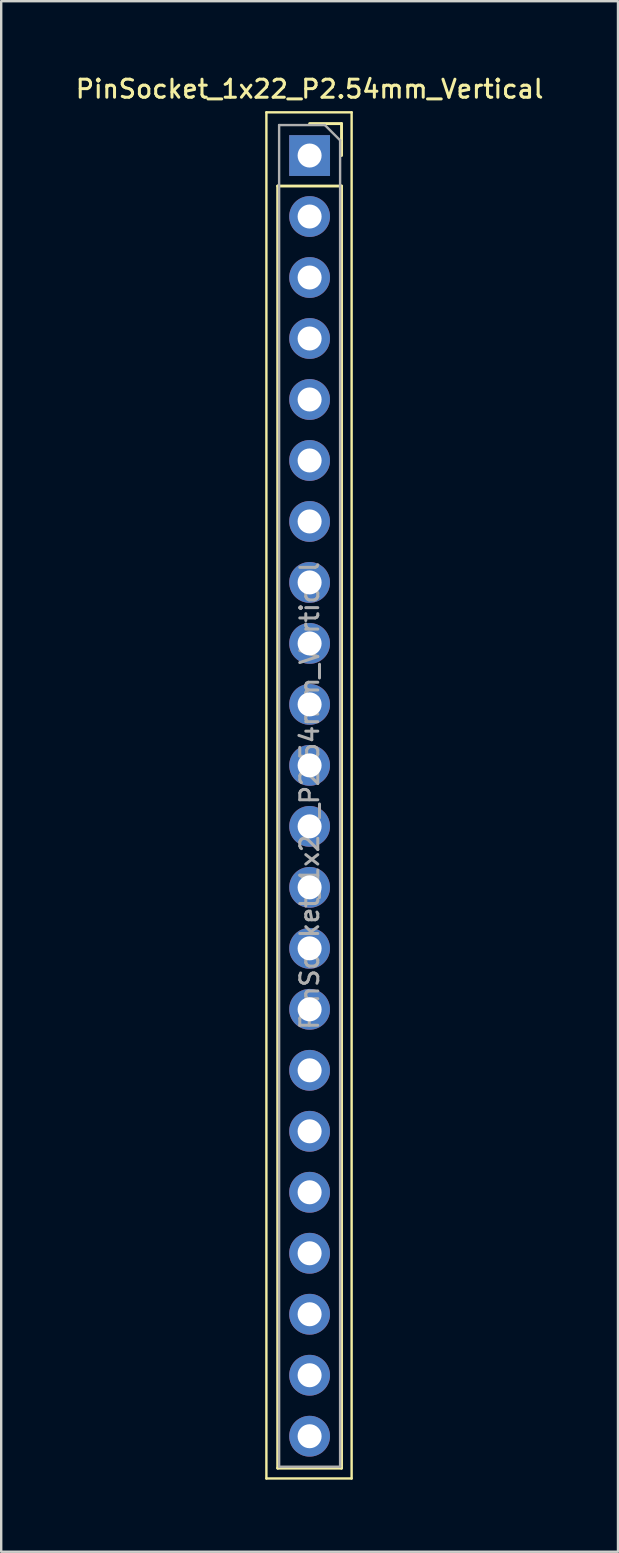
<source format=kicad_pcb>
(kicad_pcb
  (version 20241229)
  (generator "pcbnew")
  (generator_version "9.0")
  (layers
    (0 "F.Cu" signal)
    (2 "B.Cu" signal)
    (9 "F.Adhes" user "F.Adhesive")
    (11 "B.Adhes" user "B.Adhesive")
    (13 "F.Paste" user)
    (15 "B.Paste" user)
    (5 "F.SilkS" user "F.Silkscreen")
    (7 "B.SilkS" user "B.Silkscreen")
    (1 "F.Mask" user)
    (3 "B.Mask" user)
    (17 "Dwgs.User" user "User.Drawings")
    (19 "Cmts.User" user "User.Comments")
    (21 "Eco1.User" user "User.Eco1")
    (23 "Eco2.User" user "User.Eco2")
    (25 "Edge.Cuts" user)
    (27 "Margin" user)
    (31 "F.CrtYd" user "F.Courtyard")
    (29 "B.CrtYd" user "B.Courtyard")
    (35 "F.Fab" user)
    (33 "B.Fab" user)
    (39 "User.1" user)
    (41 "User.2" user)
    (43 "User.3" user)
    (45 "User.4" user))
  (footprint "PinSocket_1x22_P2.54mm_Vertical"
    (layer "F.Cu")
    (at 9.845 3.428)
    (property "Reference" "PinSocket_1x22_P2.54mm_Vertical" (at 0 -2.77 0) (layer "F.SilkS") (effects (font (size 0.75 0.75) (thickness 0.125))))
    (attr through_hole)
    (fp_line (start -1.8 -1.8) (end 1.75 -1.8) (stroke (width 0.1) (type solid)) (layer "F.SilkS"))
    (fp_line (start -1.8 55.1) (end -1.8 -1.8) (stroke (width 0.1) (type solid)) (layer "F.SilkS"))
    (fp_line (start -1.33 1.27) (end -1.33 54.67) (stroke (width 0.12) (type solid)) (layer "F.SilkS"))
    (fp_line (start -1.33 1.27) (end 1.33 1.27) (stroke (width 0.12) (type solid)) (layer "F.SilkS"))
    (fp_line (start -1.33 54.67) (end 1.33 54.67) (stroke (width 0.12) (type solid)) (layer "F.SilkS"))
    (fp_line (start 0 -1.33) (end 1.33 -1.33) (stroke (width 0.12) (type solid)) (layer "F.SilkS"))
    (fp_line (start 1.33 -1.33) (end 1.33 0) (stroke (width 0.12) (type solid)) (layer "F.SilkS"))
    (fp_line (start 1.33 1.27) (end 1.33 54.67) (stroke (width 0.12) (type solid)) (layer "F.SilkS"))
    (fp_line (start 1.75 -1.8) (end 1.75 55.1) (stroke (width 0.1) (type solid)) (layer "F.SilkS"))
    (fp_line (start 1.75 55.1) (end -1.8 55.1) (stroke (width 0.1) (type solid)) (layer "F.SilkS"))
    (fp_line (start -1.27 -1.27) (end 0.635 -1.27) (stroke (width 0.1) (type solid)) (layer "F.Fab"))
    (fp_line (start -1.27 54.61) (end -1.27 -1.27) (stroke (width 0.1) (type solid)) (layer "F.Fab"))
    (fp_line (start 0.635 -1.27) (end 1.27 -0.635) (stroke (width 0.1) (type solid)) (layer "F.Fab"))
    (fp_line (start 1.27 -0.635) (end 1.27 54.61) (stroke (width 0.1) (type solid)) (layer "F.Fab"))
    (fp_line (start 1.27 54.61) (end -1.27 54.61) (stroke (width 0.1) (type solid)) (layer "F.Fab"))
    (fp_text user "${REFERENCE}" (at 0 26.67 90) (layer "F.Fab") (effects (font (size 0.75 0.75) (thickness 0.125))))
    (pad "1" thru_hole rect (at 0 0) (size 1.7 1.7) (drill 1) (layers "*.Cu" "*.Mask"))
    (pad "2" thru_hole oval (at 0 2.54) (size 1.7 1.7) (drill 1) (layers "*.Cu" "*.Mask"))
    (pad "3" thru_hole oval (at 0 5.08) (size 1.7 1.7) (drill 1) (layers "*.Cu" "*.Mask"))
    (pad "4" thru_hole oval (at 0 7.62) (size 1.7 1.7) (drill 1) (layers "*.Cu" "*.Mask"))
    (pad "5" thru_hole oval (at 0 10.16) (size 1.7 1.7) (drill 1) (layers "*.Cu" "*.Mask"))
    (pad "6" thru_hole oval (at 0 12.7) (size 1.7 1.7) (drill 1) (layers "*.Cu" "*.Mask"))
    (pad "7" thru_hole oval (at 0 15.24) (size 1.7 1.7) (drill 1) (layers "*.Cu" "*.Mask"))
    (pad "8" thru_hole oval (at 0 17.78) (size 1.7 1.7) (drill 1) (layers "*.Cu" "*.Mask"))
    (pad "9" thru_hole oval (at 0 20.32) (size 1.7 1.7) (drill 1) (layers "*.Cu" "*.Mask"))
    (pad "10" thru_hole oval (at 0 22.86) (size 1.7 1.7) (drill 1) (layers "*.Cu" "*.Mask"))
    (pad "11" thru_hole oval (at 0 25.4) (size 1.7 1.7) (drill 1) (layers "*.Cu" "*.Mask"))
    (pad "12" thru_hole oval (at 0 27.94) (size 1.7 1.7) (drill 1) (layers "*.Cu" "*.Mask"))
    (pad "13" thru_hole oval (at 0 30.48) (size 1.7 1.7) (drill 1) (layers "*.Cu" "*.Mask"))
    (pad "14" thru_hole oval (at 0 33.02) (size 1.7 1.7) (drill 1) (layers "*.Cu" "*.Mask"))
    (pad "15" thru_hole oval (at 0 35.56) (size 1.7 1.7) (drill 1) (layers "*.Cu" "*.Mask"))
    (pad "16" thru_hole oval (at 0 38.1) (size 1.7 1.7) (drill 1) (layers "*.Cu" "*.Mask"))
    (pad "17" thru_hole oval (at 0 40.64) (size 1.7 1.7) (drill 1) (layers "*.Cu" "*.Mask"))
    (pad "18" thru_hole oval (at 0 43.18) (size 1.7 1.7) (drill 1) (layers "*.Cu" "*.Mask"))
    (pad "19" thru_hole oval (at 0 45.72) (size 1.7 1.7) (drill 1) (layers "*.Cu" "*.Mask"))
    (pad "20" thru_hole oval (at 0 48.26) (size 1.7 1.7) (drill 1) (layers "*.Cu" "*.Mask"))
    (pad "21" thru_hole oval (at 0 50.8) (size 1.7 1.7) (drill 1) (layers "*.Cu" "*.Mask"))
    (pad "22" thru_hole oval (at 0 53.34) (size 1.7 1.7) (drill 1) (layers "*.Cu" "*.Mask")))
  (gr_rect
    (start -3 -3)
    (end 22.689 61.578)
    (stroke (width 0.1) (type default))
    (fill no)
    (layer "Edge.Cuts")))
</source>
